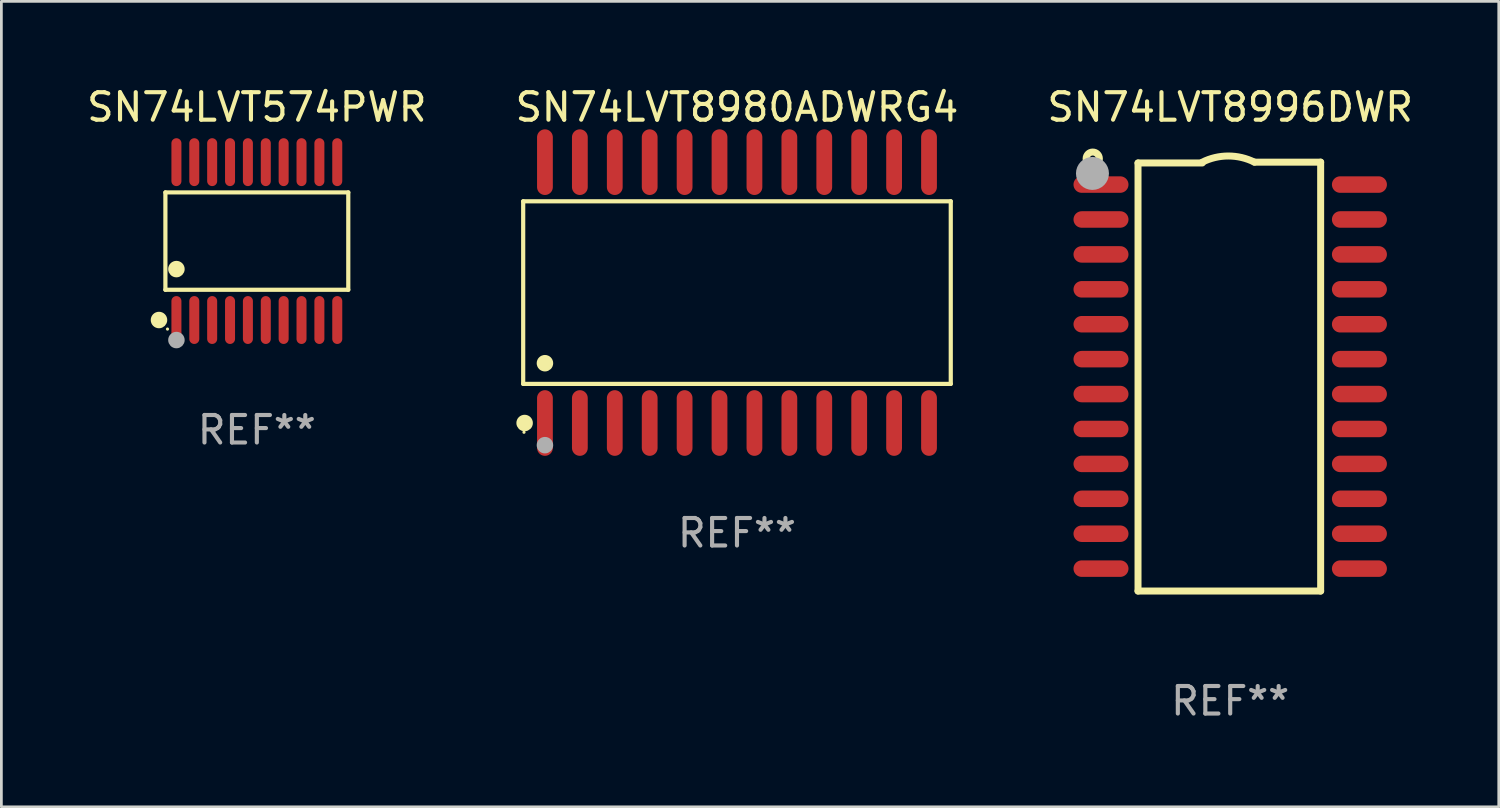
<source format=kicad_pcb>
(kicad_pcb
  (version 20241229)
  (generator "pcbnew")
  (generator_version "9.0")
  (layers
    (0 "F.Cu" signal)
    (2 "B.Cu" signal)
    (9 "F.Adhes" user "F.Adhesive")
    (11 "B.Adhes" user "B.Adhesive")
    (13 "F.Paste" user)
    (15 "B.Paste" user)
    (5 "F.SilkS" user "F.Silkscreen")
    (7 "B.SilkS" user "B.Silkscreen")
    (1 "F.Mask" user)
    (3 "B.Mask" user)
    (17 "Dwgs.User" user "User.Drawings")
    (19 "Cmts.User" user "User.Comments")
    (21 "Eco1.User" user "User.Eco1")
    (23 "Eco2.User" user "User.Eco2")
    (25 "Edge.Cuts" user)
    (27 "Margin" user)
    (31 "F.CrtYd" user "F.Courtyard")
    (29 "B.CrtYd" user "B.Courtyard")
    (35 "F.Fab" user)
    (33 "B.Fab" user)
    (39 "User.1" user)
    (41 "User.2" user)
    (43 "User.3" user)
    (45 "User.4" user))
  (footprint "SN74LVT574PWR"
    (layer "F.Cu")
    (at 6.292 5.719)
    (property "Reference" "SN74LVT574PWR" (at 0 -4.871 0) (layer "F.SilkS") (effects (font (size 1 1) (thickness 0.15))))
    (attr through_hole)
    (fp_line (start -3.326 -1.771) (end 3.326 -1.771) (stroke (width 0.152) (type solid)) (layer "F.SilkS"))
    (fp_line (start -3.326 1.771) (end -3.326 -1.771) (stroke (width 0.152) (type solid)) (layer "F.SilkS"))
    (fp_line (start 3.326 -1.771) (end 3.326 1.771) (stroke (width 0.152) (type solid)) (layer "F.SilkS"))
    (fp_line (start 3.326 1.771) (end -3.326 1.771) (stroke (width 0.152) (type solid)) (layer "F.SilkS"))
    (fp_circle (center -3.559 2.871) (end -3.409 2.871) (stroke (width 0.3) (type solid)) (fill no) (layer "F.SilkS"))
    (fp_circle (center -3.25 3.2) (end -3.22 3.2) (stroke (width 0.06) (type solid)) (fill no) (layer "F.SilkS"))
    (fp_circle (center -2.925 1.019) (end -2.775 1.019) (stroke (width 0.3) (type solid)) (fill no) (layer "F.SilkS"))
    (fp_circle (center -2.925 3.6) (end -2.775 3.6) (stroke (width 0.3) (type solid)) (fill no) (layer "F.Fab"))
    (fp_text user "REF**" (at 0 6.871 0) (layer "F.Fab") (effects (font (size 1 1) (thickness 0.15))))
    (pad "1" smd oval (at -2.925 2.871) (size 0.364 1.742) (layers "F.Cu" "F.Mask" "F.Paste"))
    (pad "2" smd oval (at -2.275 2.871) (size 0.364 1.742) (layers "F.Cu" "F.Mask" "F.Paste"))
    (pad "3" smd oval (at -1.625 2.871) (size 0.364 1.742) (layers "F.Cu" "F.Mask" "F.Paste"))
    (pad "4" smd oval (at -0.975 2.871) (size 0.364 1.742) (layers "F.Cu" "F.Mask" "F.Paste"))
    (pad "5" smd oval (at -0.325 2.871) (size 0.364 1.742) (layers "F.Cu" "F.Mask" "F.Paste"))
    (pad "6" smd oval (at 0.325 2.871) (size 0.364 1.742) (layers "F.Cu" "F.Mask" "F.Paste"))
    (pad "7" smd oval (at 0.975 2.871) (size 0.364 1.742) (layers "F.Cu" "F.Mask" "F.Paste"))
    (pad "8" smd oval (at 1.625 2.871) (size 0.364 1.742) (layers "F.Cu" "F.Mask" "F.Paste"))
    (pad "9" smd oval (at 2.275 2.871) (size 0.364 1.742) (layers "F.Cu" "F.Mask" "F.Paste"))
    (pad "10" smd oval (at 2.925 2.871) (size 0.364 1.742) (layers "F.Cu" "F.Mask" "F.Paste"))
    (pad "11" smd oval (at 2.925 -2.871) (size 0.364 1.742) (layers "F.Cu" "F.Mask" "F.Paste"))
    (pad "12" smd oval (at 2.275 -2.871) (size 0.364 1.742) (layers "F.Cu" "F.Mask" "F.Paste"))
    (pad "13" smd oval (at 1.625 -2.871) (size 0.364 1.742) (layers "F.Cu" "F.Mask" "F.Paste"))
    (pad "14" smd oval (at 0.975 -2.871) (size 0.364 1.742) (layers "F.Cu" "F.Mask" "F.Paste"))
    (pad "15" smd oval (at 0.325 -2.871) (size 0.364 1.742) (layers "F.Cu" "F.Mask" "F.Paste"))
    (pad "16" smd oval (at -0.325 -2.871) (size 0.364 1.742) (layers "F.Cu" "F.Mask" "F.Paste"))
    (pad "17" smd oval (at -0.975 -2.871) (size 0.364 1.742) (layers "F.Cu" "F.Mask" "F.Paste"))
    (pad "18" smd oval (at -1.625 -2.871) (size 0.364 1.742) (layers "F.Cu" "F.Mask" "F.Paste"))
    (pad "19" smd oval (at -2.275 -2.871) (size 0.364 1.742) (layers "F.Cu" "F.Mask" "F.Paste"))
    (pad "20" smd oval (at -2.925 -2.871) (size 0.364 1.742) (layers "F.Cu" "F.Mask" "F.Paste")))
  (footprint "SN74LVT8996DWR"
    (layer "F.Cu")
    (at 41.696 10.648)
    (property "Reference" "SN74LVT8996DWR" (at 0 -9.8 0) (layer "F.SilkS") (effects (font (size 1 1) (thickness 0.15))))
    (attr through_hole)
    (fp_line (start -3.353 -7.77) (end -1.016 -7.77) (stroke (width 0.254) (type solid)) (layer "F.SilkS"))
    (fp_line (start -3.353 7.8) (end -3.353 -7.77) (stroke (width 0.254) (type solid)) (layer "F.SilkS"))
    (fp_line (start 0.881 -7.8) (end 3.29 -7.8) (stroke (width 0.254) (type solid)) (layer "F.SilkS"))
    (fp_line (start 3.29 -7.8) (end 3.29 7.8) (stroke (width 0.254) (type solid)) (layer "F.SilkS"))
    (fp_line (start 3.29 7.8) (end -3.353 7.8) (stroke (width 0.254) (type solid)) (layer "F.SilkS"))
    (fp_arc (start -1.015951 -7.800025) (mid -0.067691 -8.023879) (end 0.880569 -7.800025) (stroke (width 0.254001) (type solid)) (layer "F.SilkS"))
    (fp_circle (center -5 -7.927) (end -4.886 -7.927) (stroke (width 0.254) (type solid)) (fill no) (layer "F.SilkS"))
    (fp_circle (center -5.01 -7.39) (end -4.71 -7.39) (stroke (width 0.6) (type solid)) (fill no) (layer "F.Fab"))
    (fp_text user "REF**" (at 0 11.8 0) (layer "F.Fab") (effects (font (size 1 1) (thickness 0.15))))
    (pad "1" smd oval (at -4.7 -6.985 270) (size 0.6 2) (layers "F.Cu" "F.Mask" "F.Paste"))
    (pad "2" smd oval (at -4.7 -5.715 270) (size 0.6 2) (layers "F.Cu" "F.Mask" "F.Paste"))
    (pad "3" smd oval (at -4.7 -4.445 270) (size 0.6 2) (layers "F.Cu" "F.Mask" "F.Paste"))
    (pad "4" smd oval (at -4.7 -3.175 270) (size 0.6 2) (layers "F.Cu" "F.Mask" "F.Paste"))
    (pad "5" smd oval (at -4.7 -1.905 270) (size 0.6 2) (layers "F.Cu" "F.Mask" "F.Paste"))
    (pad "6" smd oval (at -4.7 -0.635 270) (size 0.6 2) (layers "F.Cu" "F.Mask" "F.Paste"))
    (pad "7" smd oval (at -4.7 0.635 270) (size 0.6 2) (layers "F.Cu" "F.Mask" "F.Paste"))
    (pad "8" smd oval (at -4.7 1.905 270) (size 0.6 2) (layers "F.Cu" "F.Mask" "F.Paste"))
    (pad "9" smd oval (at -4.7 3.175 270) (size 0.6 2) (layers "F.Cu" "F.Mask" "F.Paste"))
    (pad "10" smd oval (at -4.7 4.445 270) (size 0.6 2) (layers "F.Cu" "F.Mask" "F.Paste"))
    (pad "11" smd oval (at -4.7 5.715 270) (size 0.6 2) (layers "F.Cu" "F.Mask" "F.Paste"))
    (pad "12" smd oval (at -4.7 6.985 270) (size 0.6 2) (layers "F.Cu" "F.Mask" "F.Paste"))
    (pad "13" smd oval (at 4.7 6.985 270) (size 0.6 2) (layers "F.Cu" "F.Mask" "F.Paste"))
    (pad "14" smd oval (at 4.7 5.715 270) (size 0.6 2) (layers "F.Cu" "F.Mask" "F.Paste"))
    (pad "15" smd oval (at 4.7 4.445 270) (size 0.6 2) (layers "F.Cu" "F.Mask" "F.Paste"))
    (pad "16" smd oval (at 4.7 3.175 270) (size 0.6 2) (layers "F.Cu" "F.Mask" "F.Paste"))
    (pad "17" smd oval (at 4.7 1.905 270) (size 0.6 2) (layers "F.Cu" "F.Mask" "F.Paste"))
    (pad "18" smd oval (at 4.7 0.635 270) (size 0.6 2) (layers "F.Cu" "F.Mask" "F.Paste"))
    (pad "19" smd oval (at 4.7 -0.635 270) (size 0.6 2) (layers "F.Cu" "F.Mask" "F.Paste"))
    (pad "20" smd oval (at 4.7 -1.905 270) (size 0.6 2) (layers "F.Cu" "F.Mask" "F.Paste"))
    (pad "21" smd oval (at 4.7 -3.175 270) (size 0.6 2) (layers "F.Cu" "F.Mask" "F.Paste"))
    (pad "22" smd oval (at 4.7 -4.445 270) (size 0.6 2) (layers "F.Cu" "F.Mask" "F.Paste"))
    (pad "23" smd oval (at 4.7 -5.715 270) (size 0.6 2) (layers "F.Cu" "F.Mask" "F.Paste"))
    (pad "24" smd oval (at 4.7 -6.985 270) (size 0.6 2) (layers "F.Cu" "F.Mask" "F.Paste")))
  (footprint "SN74LVT8980ADWRG4"
    (layer "F.Cu")
    (at 23.756 7.592)
    (property "Reference" "SN74LVT8980ADWRG4" (at 0 -6.744 0) (layer "F.SilkS") (effects (font (size 1 1) (thickness 0.15))))
    (attr through_hole)
    (fp_line (start -7.776 -3.321) (end 7.776 -3.321) (stroke (width 0.152) (type solid)) (layer "F.SilkS"))
    (fp_line (start -7.776 3.321) (end -7.776 -3.321) (stroke (width 0.152) (type solid)) (layer "F.SilkS"))
    (fp_line (start 7.776 -3.321) (end 7.776 3.321) (stroke (width 0.152) (type solid)) (layer "F.SilkS"))
    (fp_line (start 7.776 3.321) (end -7.776 3.321) (stroke (width 0.152) (type solid)) (layer "F.SilkS"))
    (fp_circle (center -7.747 5.08) (end -7.717 5.08) (stroke (width 0.06) (type solid)) (fill no) (layer "F.SilkS"))
    (fp_circle (center -7.724 4.744) (end -7.574 4.744) (stroke (width 0.3) (type solid)) (fill no) (layer "F.SilkS"))
    (fp_circle (center -6.985 2.569) (end -6.835 2.569) (stroke (width 0.3) (type solid)) (fill no) (layer "F.SilkS"))
    (fp_circle (center -6.985 5.55) (end -6.835 5.55) (stroke (width 0.3) (type solid)) (fill no) (layer "F.Fab"))
    (fp_text user "REF**" (at 0 8.744 0) (layer "F.Fab") (effects (font (size 1 1) (thickness 0.15))))
    (pad "1" smd oval (at -6.985 4.744) (size 0.574 2.388) (layers "F.Cu" "F.Mask" "F.Paste"))
    (pad "2" smd oval (at -5.715 4.744) (size 0.574 2.388) (layers "F.Cu" "F.Mask" "F.Paste"))
    (pad "3" smd oval (at -4.445 4.744) (size 0.574 2.388) (layers "F.Cu" "F.Mask" "F.Paste"))
    (pad "4" smd oval (at -3.175 4.744) (size 0.574 2.388) (layers "F.Cu" "F.Mask" "F.Paste"))
    (pad "5" smd oval (at -1.905 4.744) (size 0.574 2.388) (layers "F.Cu" "F.Mask" "F.Paste"))
    (pad "6" smd oval (at -0.635 4.744) (size 0.574 2.388) (layers "F.Cu" "F.Mask" "F.Paste"))
    (pad "7" smd oval (at 0.635 4.744) (size 0.574 2.388) (layers "F.Cu" "F.Mask" "F.Paste"))
    (pad "8" smd oval (at 1.905 4.744) (size 0.574 2.388) (layers "F.Cu" "F.Mask" "F.Paste"))
    (pad "9" smd oval (at 3.175 4.744) (size 0.574 2.388) (layers "F.Cu" "F.Mask" "F.Paste"))
    (pad "10" smd oval (at 4.445 4.744) (size 0.574 2.388) (layers "F.Cu" "F.Mask" "F.Paste"))
    (pad "11" smd oval (at 5.715 4.744) (size 0.574 2.388) (layers "F.Cu" "F.Mask" "F.Paste"))
    (pad "12" smd oval (at 6.985 4.744) (size 0.574 2.388) (layers "F.Cu" "F.Mask" "F.Paste"))
    (pad "13" smd oval (at 6.985 -4.744) (size 0.574 2.388) (layers "F.Cu" "F.Mask" "F.Paste"))
    (pad "14" smd oval (at 5.715 -4.744) (size 0.574 2.388) (layers "F.Cu" "F.Mask" "F.Paste"))
    (pad "15" smd oval (at 4.445 -4.744) (size 0.574 2.388) (layers "F.Cu" "F.Mask" "F.Paste"))
    (pad "16" smd oval (at 3.175 -4.744) (size 0.574 2.388) (layers "F.Cu" "F.Mask" "F.Paste"))
    (pad "17" smd oval (at 1.905 -4.744) (size 0.574 2.388) (layers "F.Cu" "F.Mask" "F.Paste"))
    (pad "18" smd oval (at 0.635 -4.744) (size 0.574 2.388) (layers "F.Cu" "F.Mask" "F.Paste"))
    (pad "19" smd oval (at -0.635 -4.744) (size 0.574 2.388) (layers "F.Cu" "F.Mask" "F.Paste"))
    (pad "20" smd oval (at -1.905 -4.744) (size 0.574 2.388) (layers "F.Cu" "F.Mask" "F.Paste"))
    (pad "21" smd oval (at -3.175 -4.744) (size 0.574 2.388) (layers "F.Cu" "F.Mask" "F.Paste"))
    (pad "22" smd oval (at -4.445 -4.744) (size 0.574 2.388) (layers "F.Cu" "F.Mask" "F.Paste"))
    (pad "23" smd oval (at -5.715 -4.744) (size 0.574 2.388) (layers "F.Cu" "F.Mask" "F.Paste"))
    (pad "24" smd oval (at -6.985 -4.744) (size 0.574 2.388) (layers "F.Cu" "F.Mask" "F.Paste")))
  (gr_rect
    (start -3 -3)
    (end 51.464 26.297)
    (stroke (width 0.1) (type default))
    (fill no)
    (layer "Edge.Cuts")))
</source>
